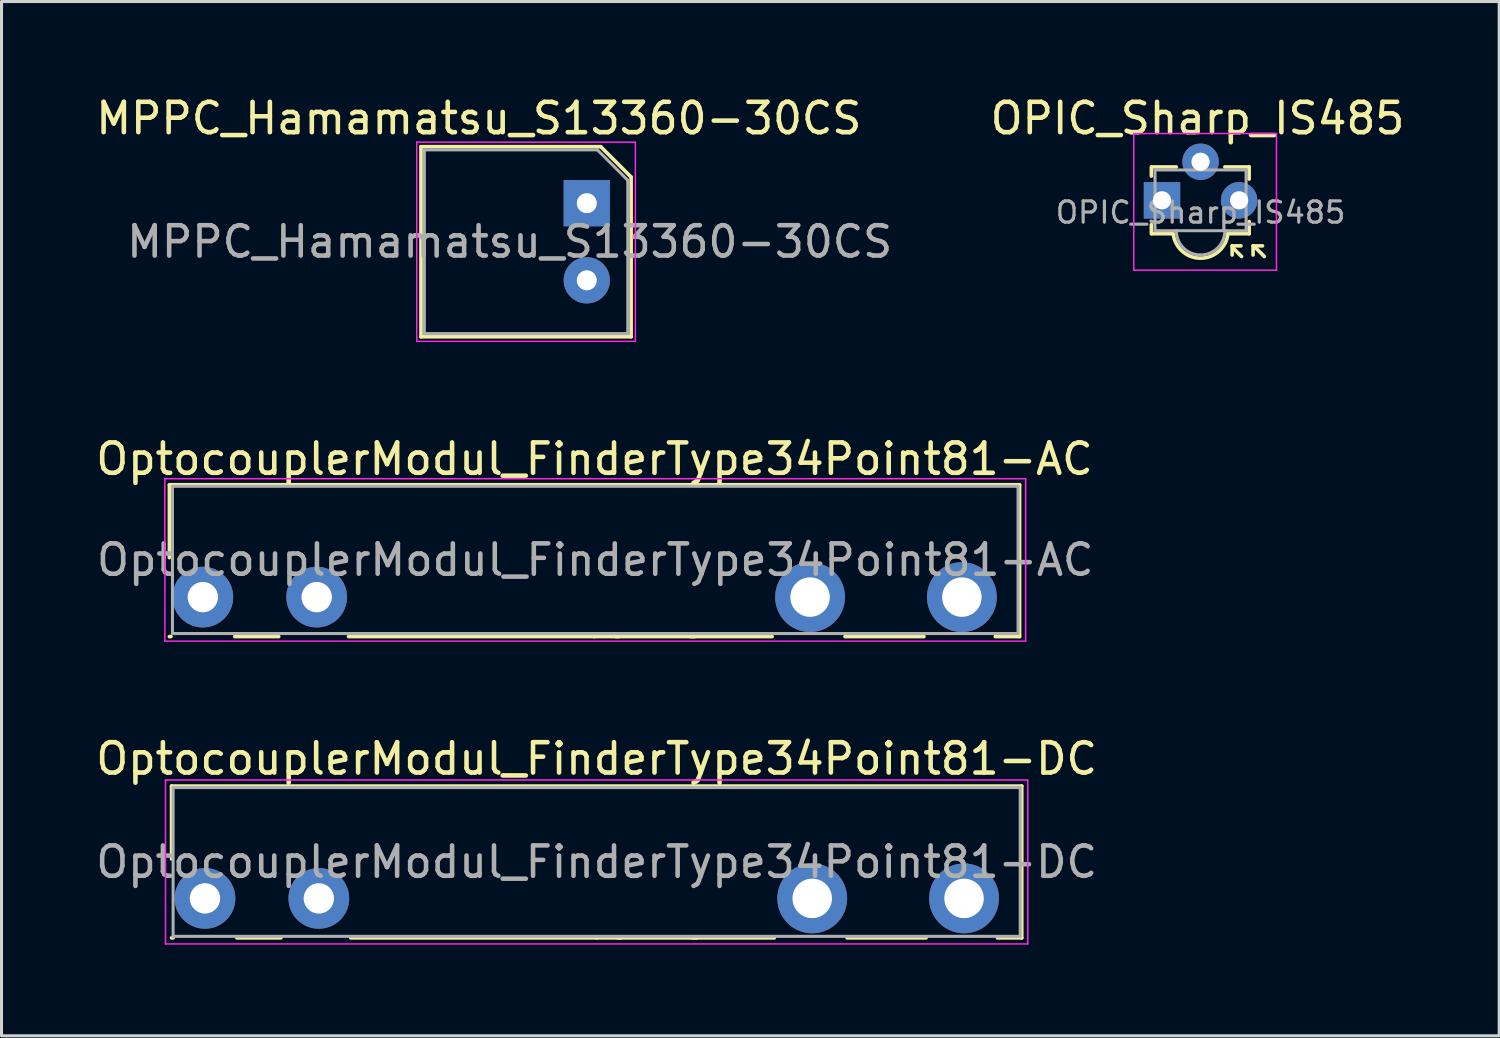
<source format=kicad_pcb>
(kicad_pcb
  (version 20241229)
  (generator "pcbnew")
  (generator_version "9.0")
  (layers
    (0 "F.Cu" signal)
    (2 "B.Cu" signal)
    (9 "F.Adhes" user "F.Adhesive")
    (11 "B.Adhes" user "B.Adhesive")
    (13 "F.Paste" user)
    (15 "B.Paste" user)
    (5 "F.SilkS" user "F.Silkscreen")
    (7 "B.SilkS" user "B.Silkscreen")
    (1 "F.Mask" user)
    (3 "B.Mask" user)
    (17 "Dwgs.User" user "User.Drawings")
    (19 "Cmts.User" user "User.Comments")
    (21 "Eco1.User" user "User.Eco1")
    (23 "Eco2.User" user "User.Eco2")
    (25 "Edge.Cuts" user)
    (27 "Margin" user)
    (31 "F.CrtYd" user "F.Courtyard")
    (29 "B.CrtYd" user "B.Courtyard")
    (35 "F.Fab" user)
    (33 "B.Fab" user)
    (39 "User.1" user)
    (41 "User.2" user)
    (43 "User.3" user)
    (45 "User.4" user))
  (footprint "OPIC_Sharp_IS485"
    (layer "F.Cu")
    (at 35.221 3.548)
    (property "Reference" "OPIC_Sharp_IS485" (at 1.17 -2.7 0) (layer "F.SilkS") (effects (font (size 1 1) (thickness 0.15))))
    (attr through_hole)
    (fp_line (start -0.35 -1.1) (end -0.35 -0.8) (stroke (width 0.12) (type solid)) (layer "F.SilkS"))
    (fp_line (start -0.35 1.1) (end -0.35 0.8) (stroke (width 0.12) (type solid)) (layer "F.SilkS"))
    (fp_line (start -0.33 1.1) (end 0.37 1.1) (stroke (width 0.12) (type solid)) (layer "F.SilkS"))
    (fp_line (start 0.47 -1.1) (end -0.33 -1.1) (stroke (width 0.12) (type solid)) (layer "F.SilkS"))
    (fp_line (start 2.07 -1.1) (end 2.87 -1.1) (stroke (width 0.12) (type solid)) (layer "F.SilkS"))
    (fp_line (start 2.17 1.1) (end 2.87 1.1) (stroke (width 0.12) (type solid)) (layer "F.SilkS"))
    (fp_line (start 2.31 1.5) (end 2.31 1.8) (stroke (width 0.12) (type solid)) (layer "F.SilkS"))
    (fp_line (start 2.31 1.5) (end 2.6 1.5) (stroke (width 0.12) (type solid)) (layer "F.SilkS"))
    (fp_line (start 2.32 1.55) (end 2.62 1.85) (stroke (width 0.12) (type solid)) (layer "F.SilkS"))
    (fp_line (start 2.87 -0.7) (end 2.87 -1.1) (stroke (width 0.12) (type solid)) (layer "F.SilkS"))
    (fp_line (start 2.87 1.1) (end 2.87 0.7) (stroke (width 0.12) (type solid)) (layer "F.SilkS"))
    (fp_line (start 3 1.5) (end 3 1.8) (stroke (width 0.12) (type solid)) (layer "F.SilkS"))
    (fp_line (start 3 1.5) (end 3.31 1.5) (stroke (width 0.12) (type solid)) (layer "F.SilkS"))
    (fp_line (start 3.07 1.55) (end 3.37 1.85) (stroke (width 0.12) (type solid)) (layer "F.SilkS"))
    (fp_arc (start 2.17 1.1) (mid 1.288329 1.905353) (end 0.374785 1.136345) (stroke (width 0.12) (type solid)) (layer "F.SilkS"))
    (fp_line (start -0.93 -2.2) (end 3.77 -2.2) (stroke (width 0.05) (type solid)) (layer "F.CrtYd"))
    (fp_line (start -0.93 2.3) (end -0.93 -2.2) (stroke (width 0.05) (type solid)) (layer "F.CrtYd"))
    (fp_line (start 3.77 -2.2) (end 3.77 2.3) (stroke (width 0.05) (type solid)) (layer "F.CrtYd"))
    (fp_line (start 3.77 2.3) (end -0.93 2.3) (stroke (width 0.05) (type solid)) (layer "F.CrtYd"))
    (fp_line (start -0.23 -1) (end -0.23 1) (stroke (width 0.1) (type solid)) (layer "F.Fab"))
    (fp_line (start -0.23 1) (end 2.77 1) (stroke (width 0.1) (type solid)) (layer "F.Fab"))
    (fp_line (start 2.77 -1) (end -0.23 -1) (stroke (width 0.1) (type solid)) (layer "F.Fab"))
    (fp_line (start 2.77 1) (end 2.77 -1) (stroke (width 0.1) (type solid)) (layer "F.Fab"))
    (fp_arc (start 1.27 1.8) (mid 0.704315 1.565685) (end 0.47 1) (stroke (width 0.1) (type solid)) (layer "F.Fab"))
    (fp_arc (start 2.07 1) (mid 1.835685 1.565685) (end 1.27 1.8) (stroke (width 0.1) (type solid)) (layer "F.Fab"))
    (fp_text user "${REFERENCE}" (at 1.27 0.4 0) (layer "F.Fab") (effects (font (size 0.7 0.7) (thickness 0.105))))
    (pad "1" thru_hole rect (at 0 0) (size 1.2 1.2) (drill 0.6) (layers "*.Cu" "*.Mask"))
    (pad "2" thru_hole circle (at 1.27 -1.27) (size 1.2 1.2) (drill 0.6) (layers "*.Cu" "*.Mask"))
    (pad "3" thru_hole circle (at 2.54 0) (size 1.2 1.2) (drill 0.6) (layers "*.Cu" "*.Mask")))
  (footprint "MPPC_Hamamatsu_S13360-30CS"
    (layer "F.Cu")
    (at 16.276 3.642)
    (property "Reference" "MPPC_Hamamatsu_S13360-30CS" (at -3.556 -2.794 0) (layer "F.SilkS") (effects (font (size 1 1) (thickness 0.15))))
    (attr through_hole)
    (fp_line (start -5.46 -1.86) (end 0.46 -1.86) (stroke (width 0.12) (type solid)) (layer "F.SilkS"))
    (fp_line (start -5.46 4.4) (end -5.46 -1.86) (stroke (width 0.12) (type solid)) (layer "F.SilkS"))
    (fp_line (start 0.46 -1.86) (end 1.46 -0.86) (stroke (width 0.12) (type solid)) (layer "F.SilkS"))
    (fp_line (start 1.46 -0.86) (end 1.46 4.4) (stroke (width 0.12) (type solid)) (layer "F.SilkS"))
    (fp_line (start 1.46 4.4) (end -5.46 4.4) (stroke (width 0.12) (type solid)) (layer "F.SilkS"))
    (fp_line (start -5.6 -2.01) (end -5.6 4.55) (stroke (width 0.05) (type solid)) (layer "F.CrtYd"))
    (fp_line (start -5.6 -2.01) (end 1.6 -2.01) (stroke (width 0.05) (type solid)) (layer "F.CrtYd"))
    (fp_line (start 1.6 4.55) (end -5.6 4.55) (stroke (width 0.05) (type solid)) (layer "F.CrtYd"))
    (fp_line (start 1.6 4.55) (end 1.6 -2.01) (stroke (width 0.05) (type solid)) (layer "F.CrtYd"))
    (fp_line (start -5.35 -1.755) (end 0.35 -1.755) (stroke (width 0.1) (type solid)) (layer "F.Fab"))
    (fp_line (start -5.35 4.295) (end -5.35 -1.755) (stroke (width 0.1) (type solid)) (layer "F.Fab"))
    (fp_line (start 0.35 -1.755) (end 1.35 -0.755) (stroke (width 0.1) (type solid)) (layer "F.Fab"))
    (fp_line (start 1.35 -0.755) (end 1.35 4.295) (stroke (width 0.1) (type solid)) (layer "F.Fab"))
    (fp_line (start 1.35 4.295) (end -5.35 4.295) (stroke (width 0.1) (type solid)) (layer "F.Fab"))
    (fp_text user "${REFERENCE}" (at -2.54 1.27 0) (layer "F.Fab") (effects (font (size 1 1) (thickness 0.15))))
    (pad "1" thru_hole rect (at 0 0) (size 1.524 1.524) (drill 0.66) (layers "*.Cu" "*.Mask"))
    (pad "2" thru_hole circle (at 0 2.54) (size 1.524 1.524) (drill 0.66) (layers "*.Cu" "*.Mask")))
  (footprint "OptocouplerModul_FinderType34Point81-AC"
    (layer "F.Cu")
    (at 7.38 16.616)
    (property "Reference" "OptocouplerModul_FinderType34Point81-AC" (at 9.15 -4.55 0) (layer "F.SilkS") (effects (font (size 1 1) (thickness 0.15))))
    (attr through_hole)
    (fp_line (start -4.85 -3.7) (end -4.85 -1.3) (stroke (width 0.12) (type solid)) (layer "F.SilkS"))
    (fp_line (start -4.85 1.3) (end -4.8 1.3) (stroke (width 0.12) (type solid)) (layer "F.SilkS"))
    (fp_line (start -2.7 1.3) (end -1.25 1.3) (stroke (width 0.12) (type solid)) (layer "F.SilkS"))
    (fp_line (start 1.05 1.3) (end 9.15 1.3) (stroke (width 0.12) (type solid)) (layer "F.SilkS"))
    (fp_line (start 9.15 1.3) (end 9.95 1.3) (stroke (width 0.12) (type solid)) (layer "F.SilkS"))
    (fp_line (start 12.3 1.3) (end 15 1.3) (stroke (width 0.12) (type solid)) (layer "F.SilkS"))
    (fp_line (start 12.45 1.3) (end 9.85 1.3) (stroke (width 0.12) (type solid)) (layer "F.SilkS"))
    (fp_line (start 17.4 1.3) (end 20 1.3) (stroke (width 0.12) (type solid)) (layer "F.SilkS"))
    (fp_line (start 22.35 1.3) (end 23.15 1.3) (stroke (width 0.12) (type solid)) (layer "F.SilkS"))
    (fp_line (start 23.15 -3.7) (end -4.85 -3.7) (stroke (width 0.12) (type solid)) (layer "F.SilkS"))
    (fp_line (start 23.15 1.3) (end 23.15 -3.7) (stroke (width 0.12) (type solid)) (layer "F.SilkS"))
    (fp_line (start -5 -3.9) (end -5 1.45) (stroke (width 0.05) (type solid)) (layer "F.CrtYd"))
    (fp_line (start -5 -3.9) (end 23.35 -3.9) (stroke (width 0.05) (type solid)) (layer "F.CrtYd"))
    (fp_line (start 23.35 1.45) (end -5 1.45) (stroke (width 0.05) (type solid)) (layer "F.CrtYd"))
    (fp_line (start 23.35 1.45) (end 23.35 -3.9) (stroke (width 0.05) (type solid)) (layer "F.CrtYd"))
    (fp_line (start -4.75 -3.65) (end -4.75 1.2) (stroke (width 0.1) (type solid)) (layer "F.Fab"))
    (fp_line (start -4.75 1.2) (end 23.1 1.2) (stroke (width 0.1) (type solid)) (layer "F.Fab"))
    (fp_line (start 23.1 -3.65) (end -4.75 -3.65) (stroke (width 0.1) (type solid)) (layer "F.Fab"))
    (fp_line (start 23.1 1.2) (end 23.1 -3.65) (stroke (width 0.1) (type solid)) (layer "F.Fab"))
    (fp_text user "${REFERENCE}" (at 9.175 -1.225 0) (layer "F.Fab") (effects (font (size 1 1) (thickness 0.15))))
    (pad "11" thru_hole circle (at 16.25 0) (size 2.3 2.3) (drill 1.3) (layers "*.Cu" "*.Mask"))
    (pad "14" thru_hole circle (at 21.25 0) (size 2.3 2.3) (drill 1.3) (layers "*.Cu" "*.Mask"))
    (pad "A1" thru_hole circle (at 0 0) (size 2 2) (drill 1) (layers "*.Cu" "*.Mask"))
    (pad "A2" thru_hole circle (at -3.75 0) (size 2 2) (drill 1) (layers "*.Cu" "*.Mask")))
  (footprint "OptocouplerModul_FinderType34Point81-DC"
    (layer "F.Cu")
    (at 7.451 26.539)
    (property "Reference" "OptocouplerModul_FinderType34Point81-DC" (at 9.15 -4.6 0) (layer "F.SilkS") (effects (font (size 1 1) (thickness 0.15))))
    (attr through_hole)
    (fp_line (start -4.85 -3.7) (end -4.85 -1.3) (stroke (width 0.12) (type solid)) (layer "F.SilkS"))
    (fp_line (start -4.85 1.3) (end -4.8 1.3) (stroke (width 0.12) (type solid)) (layer "F.SilkS"))
    (fp_line (start -2.7 1.3) (end -1.25 1.3) (stroke (width 0.12) (type solid)) (layer "F.SilkS"))
    (fp_line (start 1.05 1.3) (end 9.15 1.3) (stroke (width 0.12) (type solid)) (layer "F.SilkS"))
    (fp_line (start 9.15 1.3) (end 9.95 1.3) (stroke (width 0.12) (type solid)) (layer "F.SilkS"))
    (fp_line (start 12.3 1.3) (end 15 1.3) (stroke (width 0.12) (type solid)) (layer "F.SilkS"))
    (fp_line (start 12.45 1.3) (end 9.85 1.3) (stroke (width 0.12) (type solid)) (layer "F.SilkS"))
    (fp_line (start 17.4 1.3) (end 20 1.3) (stroke (width 0.12) (type solid)) (layer "F.SilkS"))
    (fp_line (start 22.35 1.3) (end 23.15 1.3) (stroke (width 0.12) (type solid)) (layer "F.SilkS"))
    (fp_line (start 23.15 -3.7) (end -4.85 -3.7) (stroke (width 0.12) (type solid)) (layer "F.SilkS"))
    (fp_line (start 23.15 1.3) (end 23.15 -3.7) (stroke (width 0.12) (type solid)) (layer "F.SilkS"))
    (fp_line (start -5.05 -3.9) (end -5.05 1.5) (stroke (width 0.05) (type solid)) (layer "F.CrtYd"))
    (fp_line (start -5.05 -3.9) (end 23.35 -3.9) (stroke (width 0.05) (type solid)) (layer "F.CrtYd"))
    (fp_line (start 23.35 1.5) (end -5.05 1.5) (stroke (width 0.05) (type solid)) (layer "F.CrtYd"))
    (fp_line (start 23.35 1.5) (end 23.35 -3.9) (stroke (width 0.05) (type solid)) (layer "F.CrtYd"))
    (fp_line (start -4.8 -3.65) (end -4.8 1.25) (stroke (width 0.1) (type solid)) (layer "F.Fab"))
    (fp_line (start -4.8 1.25) (end 23.1 1.25) (stroke (width 0.1) (type solid)) (layer "F.Fab"))
    (fp_line (start 23.1 -3.65) (end -4.8 -3.65) (stroke (width 0.1) (type solid)) (layer "F.Fab"))
    (fp_line (start 23.1 1.25) (end 23.1 -3.65) (stroke (width 0.1) (type solid)) (layer "F.Fab"))
    (fp_text user "${REFERENCE}" (at 9.15 -1.2 0) (layer "F.Fab") (effects (font (size 1 1) (thickness 0.15))))
    (pad "11" thru_hole circle (at 16.25 0) (size 2.3 2.3) (drill 1.3) (layers "*.Cu" "*.Mask"))
    (pad "14" thru_hole circle (at 21.25 0) (size 2.3 2.3) (drill 1.3) (layers "*.Cu" "*.Mask"))
    (pad "A1" thru_hole circle (at 0 0) (size 2 2) (drill 1) (layers "*.Cu" "*.Mask"))
    (pad "A2" thru_hole circle (at -3.75 0) (size 2 2) (drill 1) (layers "*.Cu" "*.Mask")))
  (gr_rect
    (start -3 -3)
    (end 46.326 31.064)
    (stroke (width 0.1) (type default))
    (fill no)
    (layer "Edge.Cuts")))
</source>
